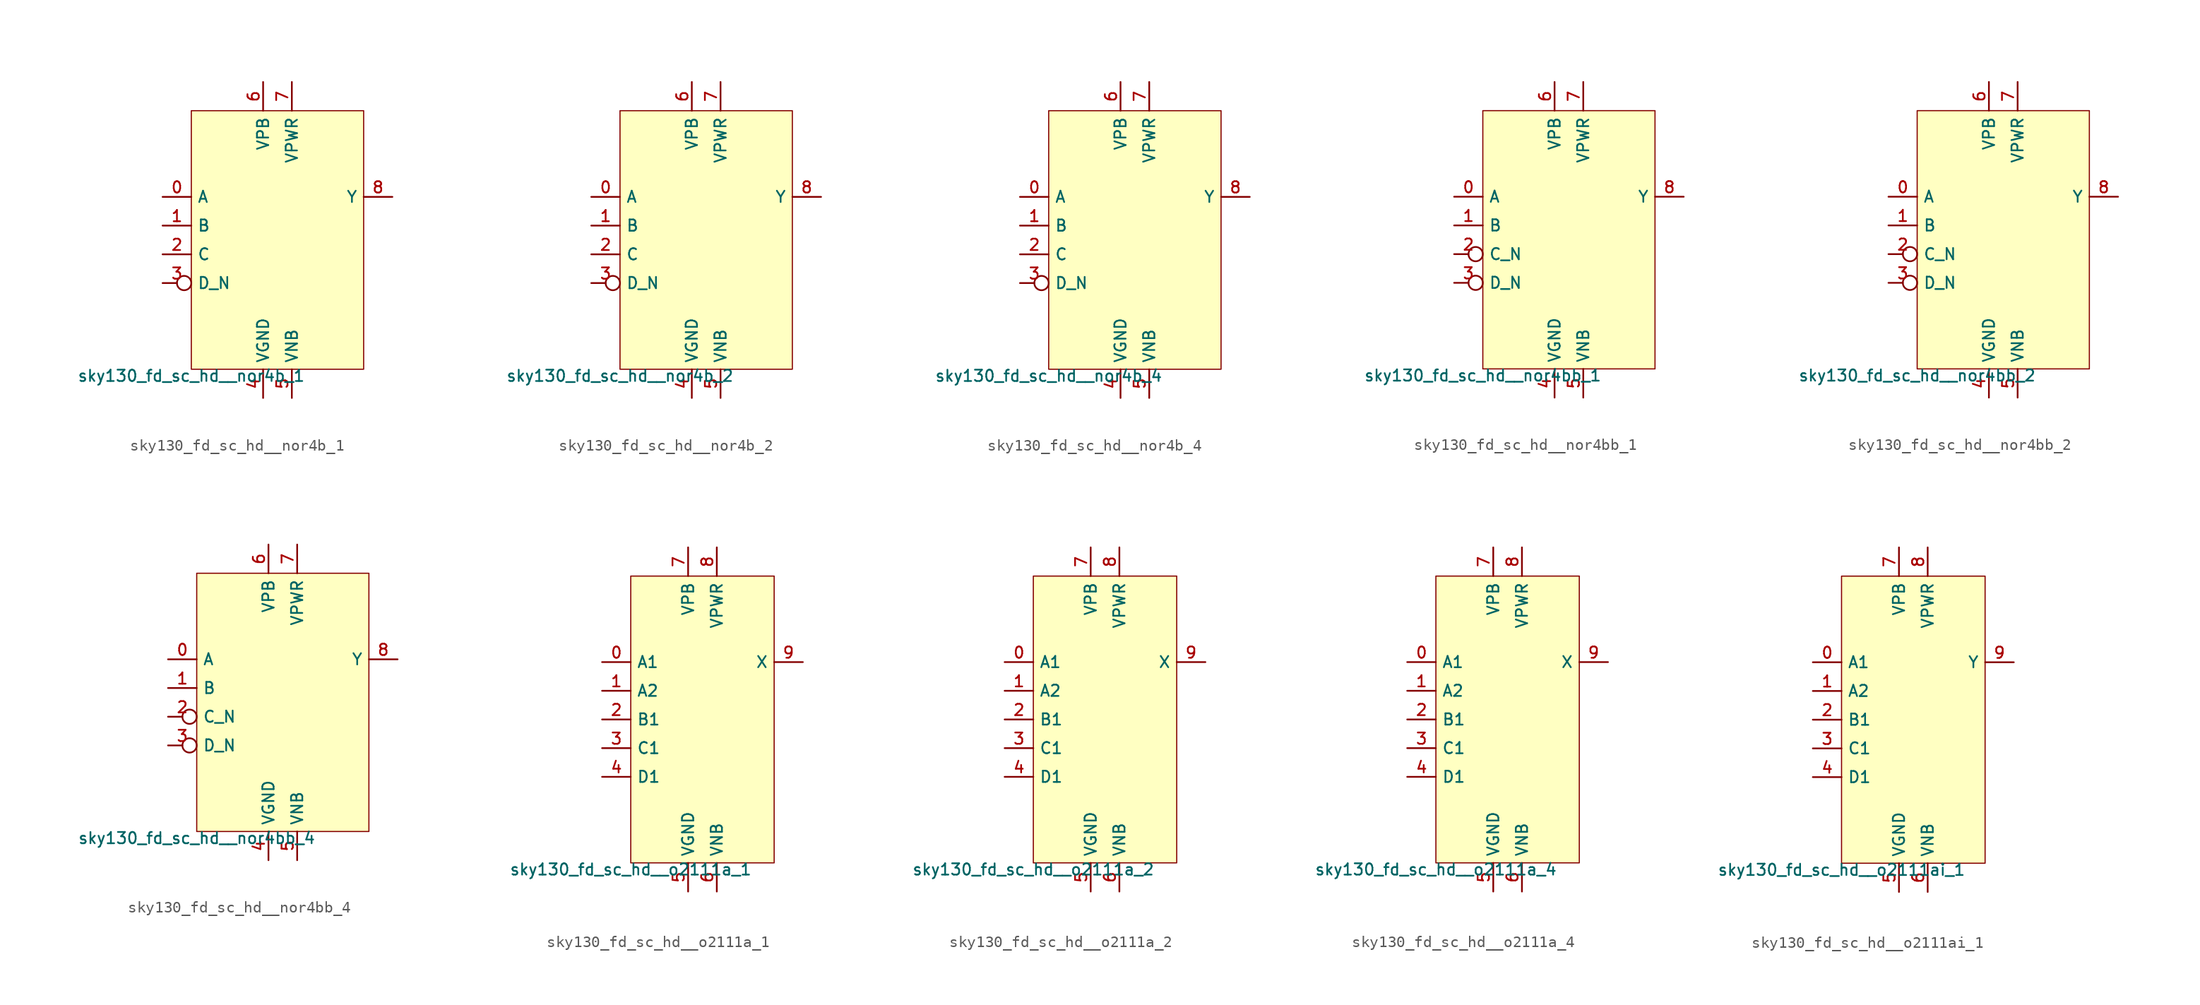
<source format=kicad_sym>
(kicad_symbol_lib
  (version 20211014)
  (generator lef2kicad_sym)
  (symbol "sky130_fd_sc_hd__nor4b_1"
    (property "Reference" "X"
      (at 0 0 0)
      (effects (font (size 1 1)) hide))
    (property "Value" "sky130_fd_sc_hd__nor4b_1"
      (at -7.62 -11.43 0)
      (effects (font (size 1 1)) (justify top)))
    (rectangle
      (start -7.62 -11.43)
      (end 7.62 11.43)
      (stroke (width 0.1) (type solid) (color 0 0 0 0))
      (fill (type background)))
    (pin input line
      (at -10.16 3.81 0)
      (length 2.54)
      (name "A" (effects (font (size 1 1)) hide))
      (number "0" (effects (font (size 1 1)) hide)))
    (pin input line
      (at -10.16 1.27 0)
      (length 2.54)
      (name "B" (effects (font (size 1 1)) hide))
      (number "1" (effects (font (size 1 1)) hide)))
    (pin input line
      (at -10.16 -1.27 0)
      (length 2.54)
      (name "C" (effects (font (size 1 1)) hide))
      (number "2" (effects (font (size 1 1)) hide)))
    (pin input inverted
      (at -10.16 -3.81 0)
      (length 2.54)
      (name "D_N" (effects (font (size 1 1)) hide))
      (number "3" (effects (font (size 1 1)) hide)))
    (pin power_in line
      (at -1.27 -13.97 90)
      (length 2.54)
      (name "VGND" (effects (font (size 1 1)) hide))
      (number "4" (effects (font (size 1 1)) hide)))
    (pin power_in line
      (at 1.27 -13.97 90)
      (length 2.54)
      (name "VNB" (effects (font (size 1 1)) hide))
      (number "5" (effects (font (size 1 1)) hide)))
    (pin power_in line
      (at -1.27 13.97 270)
      (length 2.54)
      (name "VPB" (effects (font (size 1 1)) hide))
      (number "6" (effects (font (size 1 1)) hide)))
    (pin power_in line
      (at 1.27 13.97 270)
      (length 2.54)
      (name "VPWR" (effects (font (size 1 1)) hide))
      (number "7" (effects (font (size 1 1)) hide)))
    (pin output line
      (at 10.16 3.81 180)
      (length 2.54)
      (name "Y" (effects (font (size 1 1)) hide))
      (number "8" (effects (font (size 1 1)) hide))))
  (symbol "sky130_fd_sc_hd__nor4b_2"
    (property "Reference" "X"
      (at 0 0 0)
      (effects (font (size 1 1)) hide))
    (property "Value" "sky130_fd_sc_hd__nor4b_2"
      (at -7.62 -11.43 0)
      (effects (font (size 1 1)) (justify top)))
    (rectangle
      (start -7.62 -11.43)
      (end 7.62 11.43)
      (stroke (width 0.1) (type solid) (color 0 0 0 0))
      (fill (type background)))
    (pin input line
      (at -10.16 3.81 0)
      (length 2.54)
      (name "A" (effects (font (size 1 1)) hide))
      (number "0" (effects (font (size 1 1)) hide)))
    (pin input line
      (at -10.16 1.27 0)
      (length 2.54)
      (name "B" (effects (font (size 1 1)) hide))
      (number "1" (effects (font (size 1 1)) hide)))
    (pin input line
      (at -10.16 -1.27 0)
      (length 2.54)
      (name "C" (effects (font (size 1 1)) hide))
      (number "2" (effects (font (size 1 1)) hide)))
    (pin input inverted
      (at -10.16 -3.81 0)
      (length 2.54)
      (name "D_N" (effects (font (size 1 1)) hide))
      (number "3" (effects (font (size 1 1)) hide)))
    (pin power_in line
      (at -1.27 -13.97 90)
      (length 2.54)
      (name "VGND" (effects (font (size 1 1)) hide))
      (number "4" (effects (font (size 1 1)) hide)))
    (pin power_in line
      (at 1.27 -13.97 90)
      (length 2.54)
      (name "VNB" (effects (font (size 1 1)) hide))
      (number "5" (effects (font (size 1 1)) hide)))
    (pin power_in line
      (at -1.27 13.97 270)
      (length 2.54)
      (name "VPB" (effects (font (size 1 1)) hide))
      (number "6" (effects (font (size 1 1)) hide)))
    (pin power_in line
      (at 1.27 13.97 270)
      (length 2.54)
      (name "VPWR" (effects (font (size 1 1)) hide))
      (number "7" (effects (font (size 1 1)) hide)))
    (pin output line
      (at 10.16 3.81 180)
      (length 2.54)
      (name "Y" (effects (font (size 1 1)) hide))
      (number "8" (effects (font (size 1 1)) hide))))
  (symbol "sky130_fd_sc_hd__nor4b_4"
    (property "Reference" "X"
      (at 0 0 0)
      (effects (font (size 1 1)) hide))
    (property "Value" "sky130_fd_sc_hd__nor4b_4"
      (at -7.62 -11.43 0)
      (effects (font (size 1 1)) (justify top)))
    (rectangle
      (start -7.62 -11.43)
      (end 7.62 11.43)
      (stroke (width 0.1) (type solid) (color 0 0 0 0))
      (fill (type background)))
    (pin input line
      (at -10.16 3.81 0)
      (length 2.54)
      (name "A" (effects (font (size 1 1)) hide))
      (number "0" (effects (font (size 1 1)) hide)))
    (pin input line
      (at -10.16 1.27 0)
      (length 2.54)
      (name "B" (effects (font (size 1 1)) hide))
      (number "1" (effects (font (size 1 1)) hide)))
    (pin input line
      (at -10.16 -1.27 0)
      (length 2.54)
      (name "C" (effects (font (size 1 1)) hide))
      (number "2" (effects (font (size 1 1)) hide)))
    (pin input inverted
      (at -10.16 -3.81 0)
      (length 2.54)
      (name "D_N" (effects (font (size 1 1)) hide))
      (number "3" (effects (font (size 1 1)) hide)))
    (pin power_in line
      (at -1.27 -13.97 90)
      (length 2.54)
      (name "VGND" (effects (font (size 1 1)) hide))
      (number "4" (effects (font (size 1 1)) hide)))
    (pin power_in line
      (at 1.27 -13.97 90)
      (length 2.54)
      (name "VNB" (effects (font (size 1 1)) hide))
      (number "5" (effects (font (size 1 1)) hide)))
    (pin power_in line
      (at -1.27 13.97 270)
      (length 2.54)
      (name "VPB" (effects (font (size 1 1)) hide))
      (number "6" (effects (font (size 1 1)) hide)))
    (pin power_in line
      (at 1.27 13.97 270)
      (length 2.54)
      (name "VPWR" (effects (font (size 1 1)) hide))
      (number "7" (effects (font (size 1 1)) hide)))
    (pin output line
      (at 10.16 3.81 180)
      (length 2.54)
      (name "Y" (effects (font (size 1 1)) hide))
      (number "8" (effects (font (size 1 1)) hide))))
  (symbol "sky130_fd_sc_hd__nor4bb_1"
    (property "Reference" "X"
      (at 0 0 0)
      (effects (font (size 1 1)) hide))
    (property "Value" "sky130_fd_sc_hd__nor4bb_1"
      (at -7.62 -11.43 0)
      (effects (font (size 1 1)) (justify top)))
    (rectangle
      (start -7.62 -11.43)
      (end 7.62 11.43)
      (stroke (width 0.1) (type solid) (color 0 0 0 0))
      (fill (type background)))
    (pin input line
      (at -10.16 3.81 0)
      (length 2.54)
      (name "A" (effects (font (size 1 1)) hide))
      (number "0" (effects (font (size 1 1)) hide)))
    (pin input line
      (at -10.16 1.27 0)
      (length 2.54)
      (name "B" (effects (font (size 1 1)) hide))
      (number "1" (effects (font (size 1 1)) hide)))
    (pin input inverted
      (at -10.16 -1.27 0)
      (length 2.54)
      (name "C_N" (effects (font (size 1 1)) hide))
      (number "2" (effects (font (size 1 1)) hide)))
    (pin input inverted
      (at -10.16 -3.81 0)
      (length 2.54)
      (name "D_N" (effects (font (size 1 1)) hide))
      (number "3" (effects (font (size 1 1)) hide)))
    (pin power_in line
      (at -1.27 -13.97 90)
      (length 2.54)
      (name "VGND" (effects (font (size 1 1)) hide))
      (number "4" (effects (font (size 1 1)) hide)))
    (pin power_in line
      (at 1.27 -13.97 90)
      (length 2.54)
      (name "VNB" (effects (font (size 1 1)) hide))
      (number "5" (effects (font (size 1 1)) hide)))
    (pin power_in line
      (at -1.27 13.97 270)
      (length 2.54)
      (name "VPB" (effects (font (size 1 1)) hide))
      (number "6" (effects (font (size 1 1)) hide)))
    (pin power_in line
      (at 1.27 13.97 270)
      (length 2.54)
      (name "VPWR" (effects (font (size 1 1)) hide))
      (number "7" (effects (font (size 1 1)) hide)))
    (pin output line
      (at 10.16 3.81 180)
      (length 2.54)
      (name "Y" (effects (font (size 1 1)) hide))
      (number "8" (effects (font (size 1 1)) hide))))
  (symbol "sky130_fd_sc_hd__nor4bb_2"
    (property "Reference" "X"
      (at 0 0 0)
      (effects (font (size 1 1)) hide))
    (property "Value" "sky130_fd_sc_hd__nor4bb_2"
      (at -7.62 -11.43 0)
      (effects (font (size 1 1)) (justify top)))
    (rectangle
      (start -7.62 -11.43)
      (end 7.62 11.43)
      (stroke (width 0.1) (type solid) (color 0 0 0 0))
      (fill (type background)))
    (pin input line
      (at -10.16 3.81 0)
      (length 2.54)
      (name "A" (effects (font (size 1 1)) hide))
      (number "0" (effects (font (size 1 1)) hide)))
    (pin input line
      (at -10.16 1.27 0)
      (length 2.54)
      (name "B" (effects (font (size 1 1)) hide))
      (number "1" (effects (font (size 1 1)) hide)))
    (pin input inverted
      (at -10.16 -1.27 0)
      (length 2.54)
      (name "C_N" (effects (font (size 1 1)) hide))
      (number "2" (effects (font (size 1 1)) hide)))
    (pin input inverted
      (at -10.16 -3.81 0)
      (length 2.54)
      (name "D_N" (effects (font (size 1 1)) hide))
      (number "3" (effects (font (size 1 1)) hide)))
    (pin power_in line
      (at -1.27 -13.97 90)
      (length 2.54)
      (name "VGND" (effects (font (size 1 1)) hide))
      (number "4" (effects (font (size 1 1)) hide)))
    (pin power_in line
      (at 1.27 -13.97 90)
      (length 2.54)
      (name "VNB" (effects (font (size 1 1)) hide))
      (number "5" (effects (font (size 1 1)) hide)))
    (pin power_in line
      (at -1.27 13.97 270)
      (length 2.54)
      (name "VPB" (effects (font (size 1 1)) hide))
      (number "6" (effects (font (size 1 1)) hide)))
    (pin power_in line
      (at 1.27 13.97 270)
      (length 2.54)
      (name "VPWR" (effects (font (size 1 1)) hide))
      (number "7" (effects (font (size 1 1)) hide)))
    (pin output line
      (at 10.16 3.81 180)
      (length 2.54)
      (name "Y" (effects (font (size 1 1)) hide))
      (number "8" (effects (font (size 1 1)) hide))))
  (symbol "sky130_fd_sc_hd__nor4bb_4"
    (property "Reference" "X"
      (at 0 0 0)
      (effects (font (size 1 1)) hide))
    (property "Value" "sky130_fd_sc_hd__nor4bb_4"
      (at -7.62 -11.43 0)
      (effects (font (size 1 1)) (justify top)))
    (rectangle
      (start -7.62 -11.43)
      (end 7.62 11.43)
      (stroke (width 0.1) (type solid) (color 0 0 0 0))
      (fill (type background)))
    (pin input line
      (at -10.16 3.81 0)
      (length 2.54)
      (name "A" (effects (font (size 1 1)) hide))
      (number "0" (effects (font (size 1 1)) hide)))
    (pin input line
      (at -10.16 1.27 0)
      (length 2.54)
      (name "B" (effects (font (size 1 1)) hide))
      (number "1" (effects (font (size 1 1)) hide)))
    (pin input inverted
      (at -10.16 -1.27 0)
      (length 2.54)
      (name "C_N" (effects (font (size 1 1)) hide))
      (number "2" (effects (font (size 1 1)) hide)))
    (pin input inverted
      (at -10.16 -3.81 0)
      (length 2.54)
      (name "D_N" (effects (font (size 1 1)) hide))
      (number "3" (effects (font (size 1 1)) hide)))
    (pin power_in line
      (at -1.27 -13.97 90)
      (length 2.54)
      (name "VGND" (effects (font (size 1 1)) hide))
      (number "4" (effects (font (size 1 1)) hide)))
    (pin power_in line
      (at 1.27 -13.97 90)
      (length 2.54)
      (name "VNB" (effects (font (size 1 1)) hide))
      (number "5" (effects (font (size 1 1)) hide)))
    (pin power_in line
      (at -1.27 13.97 270)
      (length 2.54)
      (name "VPB" (effects (font (size 1 1)) hide))
      (number "6" (effects (font (size 1 1)) hide)))
    (pin power_in line
      (at 1.27 13.97 270)
      (length 2.54)
      (name "VPWR" (effects (font (size 1 1)) hide))
      (number "7" (effects (font (size 1 1)) hide)))
    (pin output line
      (at 10.16 3.81 180)
      (length 2.54)
      (name "Y" (effects (font (size 1 1)) hide))
      (number "8" (effects (font (size 1 1)) hide))))
  (symbol "sky130_fd_sc_hd__o2111a_1"
    (property "Reference" "X"
      (at 0 0 0)
      (effects (font (size 1 1)) hide))
    (property "Value" "sky130_fd_sc_hd__o2111a_1"
      (at -6.35 -12.7 0)
      (effects (font (size 1 1)) (justify top)))
    (rectangle
      (start -6.35 -12.7)
      (end 6.35 12.7)
      (stroke (width 0.1) (type solid) (color 0 0 0 0))
      (fill (type background)))
    (pin input line
      (at -8.89 5.08 0)
      (length 2.54)
      (name "A1" (effects (font (size 1 1)) hide))
      (number "0" (effects (font (size 1 1)) hide)))
    (pin input line
      (at -8.89 2.54 0)
      (length 2.54)
      (name "A2" (effects (font (size 1 1)) hide))
      (number "1" (effects (font (size 1 1)) hide)))
    (pin input line
      (at -8.89 -8.881784197001252e-16 0)
      (length 2.54)
      (name "B1" (effects (font (size 1 1)) hide))
      (number "2" (effects (font (size 1 1)) hide)))
    (pin input line
      (at -8.89 -2.54 0)
      (length 2.54)
      (name "C1" (effects (font (size 1 1)) hide))
      (number "3" (effects (font (size 1 1)) hide)))
    (pin input line
      (at -8.89 -5.08 0)
      (length 2.54)
      (name "D1" (effects (font (size 1 1)) hide))
      (number "4" (effects (font (size 1 1)) hide)))
    (pin power_in line
      (at -1.27 -15.24 90)
      (length 2.54)
      (name "VGND" (effects (font (size 1 1)) hide))
      (number "5" (effects (font (size 1 1)) hide)))
    (pin power_in line
      (at 1.27 -15.24 90)
      (length 2.54)
      (name "VNB" (effects (font (size 1 1)) hide))
      (number "6" (effects (font (size 1 1)) hide)))
    (pin power_in line
      (at -1.27 15.24 270)
      (length 2.54)
      (name "VPB" (effects (font (size 1 1)) hide))
      (number "7" (effects (font (size 1 1)) hide)))
    (pin power_in line
      (at 1.27 15.24 270)
      (length 2.54)
      (name "VPWR" (effects (font (size 1 1)) hide))
      (number "8" (effects (font (size 1 1)) hide)))
    (pin output line
      (at 8.89 5.08 180)
      (length 2.54)
      (name "X" (effects (font (size 1 1)) hide))
      (number "9" (effects (font (size 1 1)) hide))))
  (symbol "sky130_fd_sc_hd__o2111a_2"
    (property "Reference" "X"
      (at 0 0 0)
      (effects (font (size 1 1)) hide))
    (property "Value" "sky130_fd_sc_hd__o2111a_2"
      (at -6.35 -12.7 0)
      (effects (font (size 1 1)) (justify top)))
    (rectangle
      (start -6.35 -12.7)
      (end 6.35 12.7)
      (stroke (width 0.1) (type solid) (color 0 0 0 0))
      (fill (type background)))
    (pin input line
      (at -8.89 5.08 0)
      (length 2.54)
      (name "A1" (effects (font (size 1 1)) hide))
      (number "0" (effects (font (size 1 1)) hide)))
    (pin input line
      (at -8.89 2.54 0)
      (length 2.54)
      (name "A2" (effects (font (size 1 1)) hide))
      (number "1" (effects (font (size 1 1)) hide)))
    (pin input line
      (at -8.89 -8.881784197001252e-16 0)
      (length 2.54)
      (name "B1" (effects (font (size 1 1)) hide))
      (number "2" (effects (font (size 1 1)) hide)))
    (pin input line
      (at -8.89 -2.54 0)
      (length 2.54)
      (name "C1" (effects (font (size 1 1)) hide))
      (number "3" (effects (font (size 1 1)) hide)))
    (pin input line
      (at -8.89 -5.08 0)
      (length 2.54)
      (name "D1" (effects (font (size 1 1)) hide))
      (number "4" (effects (font (size 1 1)) hide)))
    (pin power_in line
      (at -1.27 -15.24 90)
      (length 2.54)
      (name "VGND" (effects (font (size 1 1)) hide))
      (number "5" (effects (font (size 1 1)) hide)))
    (pin power_in line
      (at 1.27 -15.24 90)
      (length 2.54)
      (name "VNB" (effects (font (size 1 1)) hide))
      (number "6" (effects (font (size 1 1)) hide)))
    (pin power_in line
      (at -1.27 15.24 270)
      (length 2.54)
      (name "VPB" (effects (font (size 1 1)) hide))
      (number "7" (effects (font (size 1 1)) hide)))
    (pin power_in line
      (at 1.27 15.24 270)
      (length 2.54)
      (name "VPWR" (effects (font (size 1 1)) hide))
      (number "8" (effects (font (size 1 1)) hide)))
    (pin output line
      (at 8.89 5.08 180)
      (length 2.54)
      (name "X" (effects (font (size 1 1)) hide))
      (number "9" (effects (font (size 1 1)) hide))))
  (symbol "sky130_fd_sc_hd__o2111a_4"
    (property "Reference" "X"
      (at 0 0 0)
      (effects (font (size 1 1)) hide))
    (property "Value" "sky130_fd_sc_hd__o2111a_4"
      (at -6.35 -12.7 0)
      (effects (font (size 1 1)) (justify top)))
    (rectangle
      (start -6.35 -12.7)
      (end 6.35 12.7)
      (stroke (width 0.1) (type solid) (color 0 0 0 0))
      (fill (type background)))
    (pin input line
      (at -8.89 5.08 0)
      (length 2.54)
      (name "A1" (effects (font (size 1 1)) hide))
      (number "0" (effects (font (size 1 1)) hide)))
    (pin input line
      (at -8.89 2.54 0)
      (length 2.54)
      (name "A2" (effects (font (size 1 1)) hide))
      (number "1" (effects (font (size 1 1)) hide)))
    (pin input line
      (at -8.89 -8.881784197001252e-16 0)
      (length 2.54)
      (name "B1" (effects (font (size 1 1)) hide))
      (number "2" (effects (font (size 1 1)) hide)))
    (pin input line
      (at -8.89 -2.54 0)
      (length 2.54)
      (name "C1" (effects (font (size 1 1)) hide))
      (number "3" (effects (font (size 1 1)) hide)))
    (pin input line
      (at -8.89 -5.08 0)
      (length 2.54)
      (name "D1" (effects (font (size 1 1)) hide))
      (number "4" (effects (font (size 1 1)) hide)))
    (pin power_in line
      (at -1.27 -15.24 90)
      (length 2.54)
      (name "VGND" (effects (font (size 1 1)) hide))
      (number "5" (effects (font (size 1 1)) hide)))
    (pin power_in line
      (at 1.27 -15.24 90)
      (length 2.54)
      (name "VNB" (effects (font (size 1 1)) hide))
      (number "6" (effects (font (size 1 1)) hide)))
    (pin power_in line
      (at -1.27 15.24 270)
      (length 2.54)
      (name "VPB" (effects (font (size 1 1)) hide))
      (number "7" (effects (font (size 1 1)) hide)))
    (pin power_in line
      (at 1.27 15.24 270)
      (length 2.54)
      (name "VPWR" (effects (font (size 1 1)) hide))
      (number "8" (effects (font (size 1 1)) hide)))
    (pin output line
      (at 8.89 5.08 180)
      (length 2.54)
      (name "X" (effects (font (size 1 1)) hide))
      (number "9" (effects (font (size 1 1)) hide))))
  (symbol "sky130_fd_sc_hd__o2111ai_1"
    (property "Reference" "X"
      (at 0 0 0)
      (effects (font (size 1 1)) hide))
    (property "Value" "sky130_fd_sc_hd__o2111ai_1"
      (at -6.35 -12.7 0)
      (effects (font (size 1 1)) (justify top)))
    (rectangle
      (start -6.35 -12.7)
      (end 6.35 12.7)
      (stroke (width 0.1) (type solid) (color 0 0 0 0))
      (fill (type background)))
    (pin input line
      (at -8.89 5.08 0)
      (length 2.54)
      (name "A1" (effects (font (size 1 1)) hide))
      (number "0" (effects (font (size 1 1)) hide)))
    (pin input line
      (at -8.89 2.54 0)
      (length 2.54)
      (name "A2" (effects (font (size 1 1)) hide))
      (number "1" (effects (font (size 1 1)) hide)))
    (pin input line
      (at -8.89 -8.881784197001252e-16 0)
      (length 2.54)
      (name "B1" (effects (font (size 1 1)) hide))
      (number "2" (effects (font (size 1 1)) hide)))
    (pin input line
      (at -8.89 -2.54 0)
      (length 2.54)
      (name "C1" (effects (font (size 1 1)) hide))
      (number "3" (effects (font (size 1 1)) hide)))
    (pin input line
      (at -8.89 -5.08 0)
      (length 2.54)
      (name "D1" (effects (font (size 1 1)) hide))
      (number "4" (effects (font (size 1 1)) hide)))
    (pin power_in line
      (at -1.27 -15.24 90)
      (length 2.54)
      (name "VGND" (effects (font (size 1 1)) hide))
      (number "5" (effects (font (size 1 1)) hide)))
    (pin power_in line
      (at 1.27 -15.24 90)
      (length 2.54)
      (name "VNB" (effects (font (size 1 1)) hide))
      (number "6" (effects (font (size 1 1)) hide)))
    (pin power_in line
      (at -1.27 15.24 270)
      (length 2.54)
      (name "VPB" (effects (font (size 1 1)) hide))
      (number "7" (effects (font (size 1 1)) hide)))
    (pin power_in line
      (at 1.27 15.24 270)
      (length 2.54)
      (name "VPWR" (effects (font (size 1 1)) hide))
      (number "8" (effects (font (size 1 1)) hide)))
    (pin output line
      (at 8.89 5.08 180)
      (length 2.54)
      (name "Y" (effects (font (size 1 1)) hide))
      (number "9" (effects (font (size 1 1)) hide)))))
</source>
